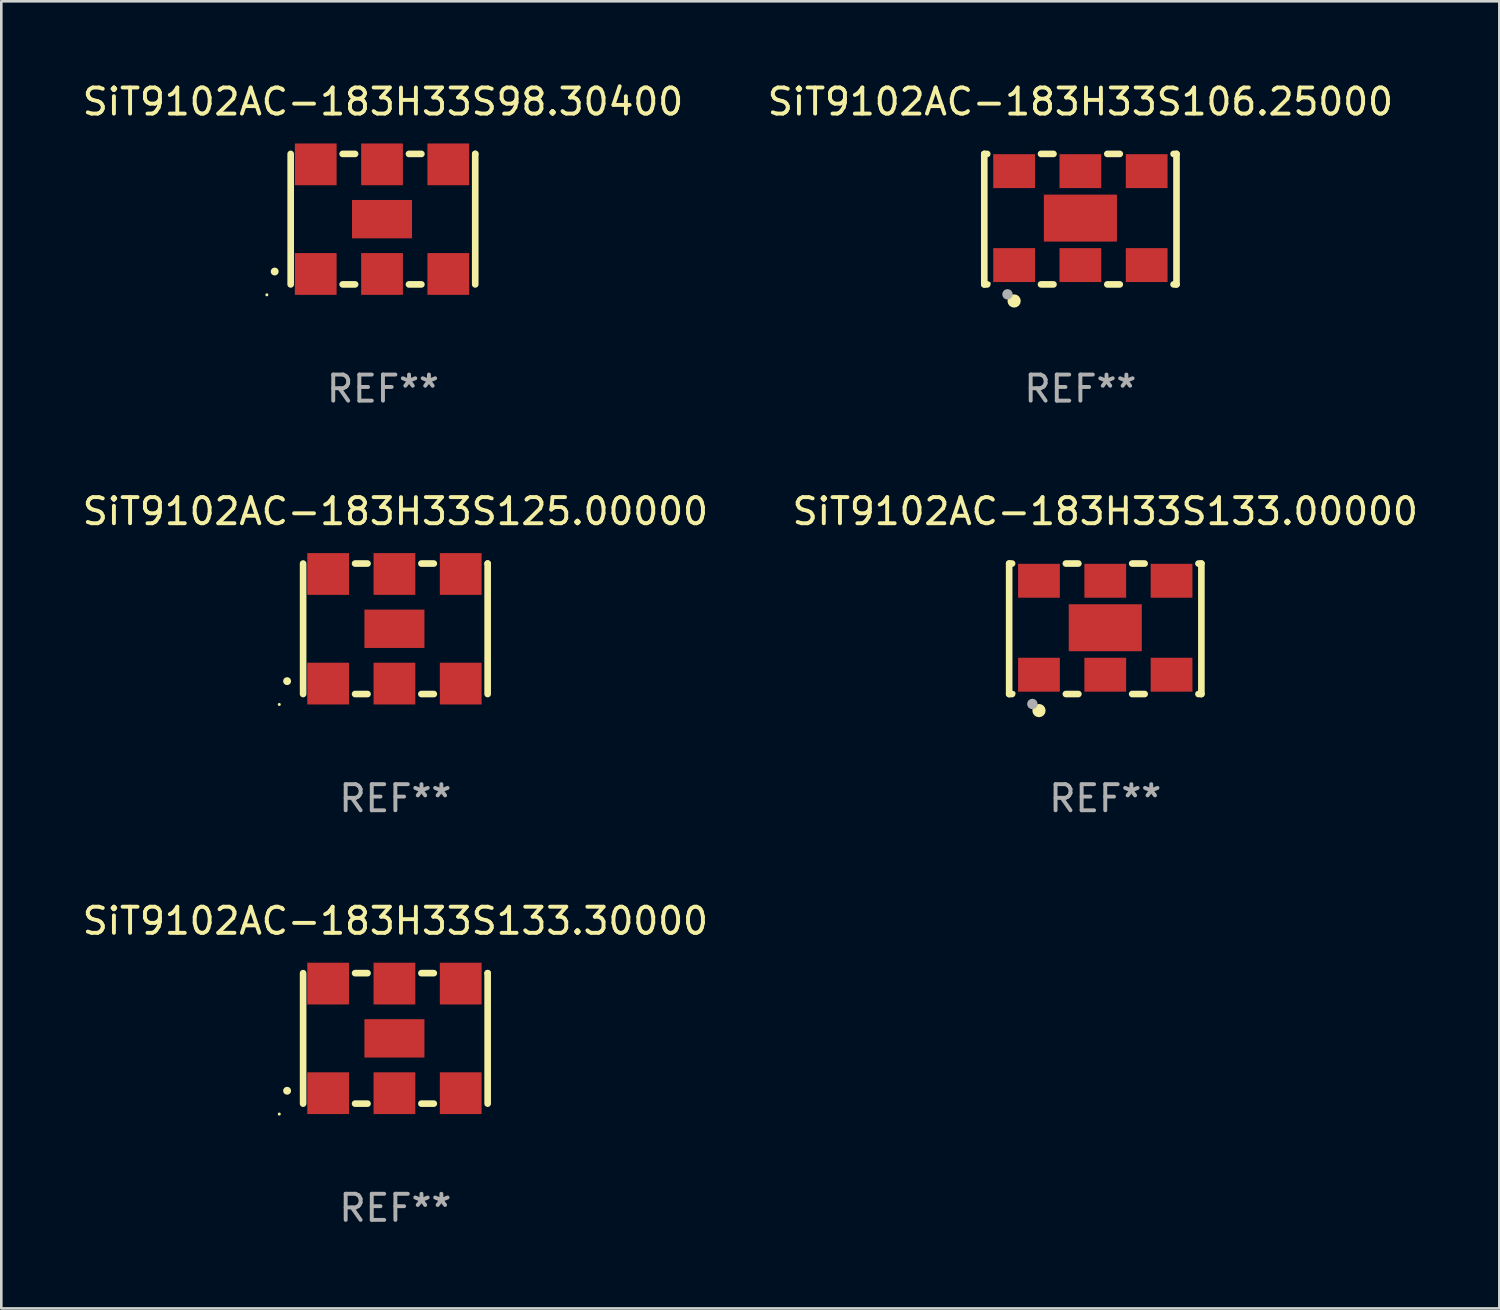
<source format=kicad_pcb>
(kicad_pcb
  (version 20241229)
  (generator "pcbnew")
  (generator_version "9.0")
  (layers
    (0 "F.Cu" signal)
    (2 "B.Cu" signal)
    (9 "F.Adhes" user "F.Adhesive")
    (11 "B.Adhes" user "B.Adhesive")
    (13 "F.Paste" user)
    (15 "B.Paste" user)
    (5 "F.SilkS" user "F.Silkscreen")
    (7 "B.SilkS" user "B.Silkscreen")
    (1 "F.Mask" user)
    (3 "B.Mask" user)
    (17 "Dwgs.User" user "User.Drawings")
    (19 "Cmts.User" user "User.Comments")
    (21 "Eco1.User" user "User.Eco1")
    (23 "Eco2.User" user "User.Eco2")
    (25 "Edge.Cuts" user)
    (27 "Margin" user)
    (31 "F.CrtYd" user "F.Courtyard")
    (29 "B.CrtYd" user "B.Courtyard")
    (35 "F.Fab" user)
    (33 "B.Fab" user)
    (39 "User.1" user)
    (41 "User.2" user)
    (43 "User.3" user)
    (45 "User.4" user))
  (footprint "SiT9102AC-183H33S133.00000"
    (layer "F.Cu")
    (at 39.304 21.045)
    (property "Reference" "SiT9102AC-183H33S133.00000" (at 0 -4.5 0) (layer "F.SilkS") (effects (font (size 1 1) (thickness 0.15))))
    (attr through_hole)
    (fp_line (start -3.683 -2.5) (end -3.571 -2.5) (stroke (width 0.254) (type solid)) (layer "F.SilkS"))
    (fp_line (start -3.683 2.5) (end -3.683 -2.5) (stroke (width 0.254) (type solid)) (layer "F.SilkS"))
    (fp_line (start -3.683 2.5) (end -3.571 2.5) (stroke (width 0.254) (type solid)) (layer "F.SilkS"))
    (fp_line (start -1.509 -2.5) (end -1.031 -2.5) (stroke (width 0.254) (type solid)) (layer "F.SilkS"))
    (fp_line (start -1.509 2.5) (end -1.031 2.5) (stroke (width 0.254) (type solid)) (layer "F.SilkS"))
    (fp_line (start 1.031 -2.5) (end 1.509 -2.5) (stroke (width 0.254) (type solid)) (layer "F.SilkS"))
    (fp_line (start 1.031 2.5) (end 1.509 2.5) (stroke (width 0.254) (type solid)) (layer "F.SilkS"))
    (fp_line (start 3.571 -2.5) (end 3.683 -2.5) (stroke (width 0.254) (type solid)) (layer "F.SilkS"))
    (fp_line (start 3.571 2.5) (end 3.683 2.5) (stroke (width 0.254) (type solid)) (layer "F.SilkS"))
    (fp_line (start 3.683 2.5) (end 3.683 -2.5) (stroke (width 0.254) (type solid)) (layer "F.SilkS"))
    (fp_circle (center -3.5 2.46) (end -3.47 2.46) (stroke (width 0.06) (type solid)) (fill no) (layer "F.SilkS"))
    (fp_circle (center -2.54 3.135) (end -2.413 3.135) (stroke (width 0.254) (type solid)) (fill no) (layer "F.SilkS"))
    (fp_circle (center -2.794 2.881) (end -2.694 2.881) (stroke (width 0.2) (type solid)) (fill no) (layer "F.Fab"))
    (fp_text user "REF**" (at 0 6.5 0) (layer "F.Fab") (effects (font (size 1 1) (thickness 0.15))))
    (pad "1" smd rect (at -2.54 1.76) (size 1.6 1.3) (layers "F.Cu" "F.Mask" "F.Paste"))
    (pad "2" smd rect (at 0 1.76) (size 1.6 1.3) (layers "F.Cu" "F.Mask" "F.Paste"))
    (pad "3" smd rect (at 2.54 1.76) (size 1.6 1.3) (layers "F.Cu" "F.Mask" "F.Paste"))
    (pad "4" smd rect (at 2.54 -1.84) (size 1.6 1.3) (layers "F.Cu" "F.Mask" "F.Paste"))
    (pad "5" smd rect (at 0 -1.84) (size 1.6 1.3) (layers "F.Cu" "F.Mask" "F.Paste"))
    (pad "6" smd rect (at -2.54 -1.84) (size 1.6 1.3) (layers "F.Cu" "F.Mask" "F.Paste"))
    (pad "7" smd rect (at 0 -0.04) (size 2.8 1.8) (layers "F.Cu" "F.Mask" "F.Paste")))
  (footprint "SiT9102AC-183H33S106.25000"
    (layer "F.Cu")
    (at 38.351 5.348)
    (property "Reference" "SiT9102AC-183H33S106.25000" (at 0 -4.5 0) (layer "F.SilkS") (effects (font (size 1 1) (thickness 0.15))))
    (attr through_hole)
    (fp_line (start -3.683 -2.5) (end -3.571 -2.5) (stroke (width 0.254) (type solid)) (layer "F.SilkS"))
    (fp_line (start -3.683 2.5) (end -3.683 -2.5) (stroke (width 0.254) (type solid)) (layer "F.SilkS"))
    (fp_line (start -3.683 2.5) (end -3.571 2.5) (stroke (width 0.254) (type solid)) (layer "F.SilkS"))
    (fp_line (start -1.509 -2.5) (end -1.031 -2.5) (stroke (width 0.254) (type solid)) (layer "F.SilkS"))
    (fp_line (start -1.509 2.5) (end -1.031 2.5) (stroke (width 0.254) (type solid)) (layer "F.SilkS"))
    (fp_line (start 1.031 -2.5) (end 1.509 -2.5) (stroke (width 0.254) (type solid)) (layer "F.SilkS"))
    (fp_line (start 1.031 2.5) (end 1.509 2.5) (stroke (width 0.254) (type solid)) (layer "F.SilkS"))
    (fp_line (start 3.571 -2.5) (end 3.683 -2.5) (stroke (width 0.254) (type solid)) (layer "F.SilkS"))
    (fp_line (start 3.571 2.5) (end 3.683 2.5) (stroke (width 0.254) (type solid)) (layer "F.SilkS"))
    (fp_line (start 3.683 2.5) (end 3.683 -2.5) (stroke (width 0.254) (type solid)) (layer "F.SilkS"))
    (fp_circle (center -3.5 2.46) (end -3.47 2.46) (stroke (width 0.06) (type solid)) (fill no) (layer "F.SilkS"))
    (fp_circle (center -2.54 3.135) (end -2.413 3.135) (stroke (width 0.254) (type solid)) (fill no) (layer "F.SilkS"))
    (fp_circle (center -2.794 2.881) (end -2.694 2.881) (stroke (width 0.2) (type solid)) (fill no) (layer "F.Fab"))
    (fp_text user "REF**" (at 0 6.5 0) (layer "F.Fab") (effects (font (size 1 1) (thickness 0.15))))
    (pad "1" smd rect (at -2.54 1.76) (size 1.6 1.3) (layers "F.Cu" "F.Mask" "F.Paste"))
    (pad "2" smd rect (at 0 1.76) (size 1.6 1.3) (layers "F.Cu" "F.Mask" "F.Paste"))
    (pad "3" smd rect (at 2.54 1.76) (size 1.6 1.3) (layers "F.Cu" "F.Mask" "F.Paste"))
    (pad "4" smd rect (at 2.54 -1.84) (size 1.6 1.3) (layers "F.Cu" "F.Mask" "F.Paste"))
    (pad "5" smd rect (at 0 -1.84) (size 1.6 1.3) (layers "F.Cu" "F.Mask" "F.Paste"))
    (pad "6" smd rect (at -2.54 -1.84) (size 1.6 1.3) (layers "F.Cu" "F.Mask" "F.Paste"))
    (pad "7" smd rect (at 0 -0.04) (size 2.8 1.8) (layers "F.Cu" "F.Mask" "F.Paste")))
  (footprint "SiT9102AC-183H33S125.00000"
    (layer "F.Cu")
    (at 12.101 21.045)
    (property "Reference" "SiT9102AC-183H33S125.00000" (at 0 -4.5 0) (layer "F.SilkS") (effects (font (size 1 1) (thickness 0.15))))
    (attr through_hole)
    (fp_line (start -3.536 -2.5) (end -3.536 2.5) (stroke (width 0.254) (type solid)) (layer "F.SilkS"))
    (fp_line (start -1.544 2.5) (end -1.067 2.5) (stroke (width 0.254) (type solid)) (layer "F.SilkS"))
    (fp_line (start -1.067 -2.5) (end -1.544 -2.5) (stroke (width 0.254) (type solid)) (layer "F.SilkS"))
    (fp_line (start 0.996 2.5) (end 1.473 2.5) (stroke (width 0.254) (type solid)) (layer "F.SilkS"))
    (fp_line (start 1.473 -2.5) (end 0.996 -2.5) (stroke (width 0.254) (type solid)) (layer "F.SilkS"))
    (fp_line (start 3.536 -2.5) (end 3.536 -2.5) (stroke (width 0.254) (type solid)) (layer "F.SilkS"))
    (fp_line (start 3.536 2.5) (end 3.536 -2.5) (stroke (width 0.254) (type solid)) (layer "F.SilkS"))
    (fp_arc (start -4.150432 2.006604) (mid -4.149162 2.006599) (end -4.147892 2.006604) (stroke (width 0.3) (type solid)) (layer "F.SilkS"))
    (fp_circle (center -4.449 2.9) (end -4.419 2.9) (stroke (width 0.06) (type solid)) (fill no) (layer "F.SilkS"))
    (fp_text user "REF**" (at 0 6.5 0) (layer "F.Fab") (effects (font (size 1 1) (thickness 0.15))))
    (pad "1" smd rect (at -2.576 2.1) (size 1.6 1.6) (layers "F.Cu" "F.Mask" "F.Paste"))
    (pad "2" smd rect (at -0.036 2.1) (size 1.6 1.6) (layers "F.Cu" "F.Mask" "F.Paste"))
    (pad "3" smd rect (at 2.504 2.1) (size 1.6 1.6) (layers "F.Cu" "F.Mask" "F.Paste"))
    (pad "4" smd rect (at 2.504 -2.1) (size 1.6 1.6) (layers "F.Cu" "F.Mask" "F.Paste"))
    (pad "5" smd rect (at -0.036 -2.1) (size 1.6 1.6) (layers "F.Cu" "F.Mask" "F.Paste"))
    (pad "6" smd rect (at -2.576 -2.1) (size 1.6 1.6) (layers "F.Cu" "F.Mask" "F.Paste"))
    (pad "7" smd rect (at -0.036 0) (size 2.3 1.47) (layers "F.Cu" "F.Mask" "F.Paste")))
  (footprint "SiT9102AC-183H33S98.30400"
    (layer "F.Cu")
    (at 11.625 5.348)
    (property "Reference" "SiT9102AC-183H33S98.30400" (at 0 -4.5 0) (layer "F.SilkS") (effects (font (size 1 1) (thickness 0.15))))
    (attr through_hole)
    (fp_line (start -3.536 -2.5) (end -3.536 2.5) (stroke (width 0.254) (type solid)) (layer "F.SilkS"))
    (fp_line (start -1.544 2.5) (end -1.067 2.5) (stroke (width 0.254) (type solid)) (layer "F.SilkS"))
    (fp_line (start -1.067 -2.5) (end -1.544 -2.5) (stroke (width 0.254) (type solid)) (layer "F.SilkS"))
    (fp_line (start 0.996 2.5) (end 1.473 2.5) (stroke (width 0.254) (type solid)) (layer "F.SilkS"))
    (fp_line (start 1.473 -2.5) (end 0.996 -2.5) (stroke (width 0.254) (type solid)) (layer "F.SilkS"))
    (fp_line (start 3.536 -2.5) (end 3.536 -2.5) (stroke (width 0.254) (type solid)) (layer "F.SilkS"))
    (fp_line (start 3.536 2.5) (end 3.536 -2.5) (stroke (width 0.254) (type solid)) (layer "F.SilkS"))
    (fp_arc (start -4.150432 2.006604) (mid -4.149162 2.006599) (end -4.147892 2.006604) (stroke (width 0.3) (type solid)) (layer "F.SilkS"))
    (fp_circle (center -4.449 2.9) (end -4.419 2.9) (stroke (width 0.06) (type solid)) (fill no) (layer "F.SilkS"))
    (fp_text user "REF**" (at 0 6.5 0) (layer "F.Fab") (effects (font (size 1 1) (thickness 0.15))))
    (pad "1" smd rect (at -2.576 2.1) (size 1.6 1.6) (layers "F.Cu" "F.Mask" "F.Paste"))
    (pad "2" smd rect (at -0.036 2.1) (size 1.6 1.6) (layers "F.Cu" "F.Mask" "F.Paste"))
    (pad "3" smd rect (at 2.504 2.1) (size 1.6 1.6) (layers "F.Cu" "F.Mask" "F.Paste"))
    (pad "4" smd rect (at 2.504 -2.1) (size 1.6 1.6) (layers "F.Cu" "F.Mask" "F.Paste"))
    (pad "5" smd rect (at -0.036 -2.1) (size 1.6 1.6) (layers "F.Cu" "F.Mask" "F.Paste"))
    (pad "6" smd rect (at -2.576 -2.1) (size 1.6 1.6) (layers "F.Cu" "F.Mask" "F.Paste"))
    (pad "7" smd rect (at -0.036 0) (size 2.3 1.47) (layers "F.Cu" "F.Mask" "F.Paste")))
  (footprint "SiT9102AC-183H33S133.30000"
    (layer "F.Cu")
    (at 12.101 36.741)
    (property "Reference" "SiT9102AC-183H33S133.30000" (at 0 -4.5 0) (layer "F.SilkS") (effects (font (size 1 1) (thickness 0.15))))
    (attr through_hole)
    (fp_line (start -3.536 -2.5) (end -3.536 2.5) (stroke (width 0.254) (type solid)) (layer "F.SilkS"))
    (fp_line (start -1.544 2.5) (end -1.067 2.5) (stroke (width 0.254) (type solid)) (layer "F.SilkS"))
    (fp_line (start -1.067 -2.5) (end -1.544 -2.5) (stroke (width 0.254) (type solid)) (layer "F.SilkS"))
    (fp_line (start 0.996 2.5) (end 1.473 2.5) (stroke (width 0.254) (type solid)) (layer "F.SilkS"))
    (fp_line (start 1.473 -2.5) (end 0.996 -2.5) (stroke (width 0.254) (type solid)) (layer "F.SilkS"))
    (fp_line (start 3.536 -2.5) (end 3.536 -2.5) (stroke (width 0.254) (type solid)) (layer "F.SilkS"))
    (fp_line (start 3.536 2.5) (end 3.536 -2.5) (stroke (width 0.254) (type solid)) (layer "F.SilkS"))
    (fp_arc (start -4.150432 2.006604) (mid -4.149162 2.006599) (end -4.147892 2.006604) (stroke (width 0.3) (type solid)) (layer "F.SilkS"))
    (fp_circle (center -4.449 2.9) (end -4.419 2.9) (stroke (width 0.06) (type solid)) (fill no) (layer "F.SilkS"))
    (fp_text user "REF**" (at 0 6.5 0) (layer "F.Fab") (effects (font (size 1 1) (thickness 0.15))))
    (pad "1" smd rect (at -2.576 2.1) (size 1.6 1.6) (layers "F.Cu" "F.Mask" "F.Paste"))
    (pad "2" smd rect (at -0.036 2.1) (size 1.6 1.6) (layers "F.Cu" "F.Mask" "F.Paste"))
    (pad "3" smd rect (at 2.504 2.1) (size 1.6 1.6) (layers "F.Cu" "F.Mask" "F.Paste"))
    (pad "4" smd rect (at 2.504 -2.1) (size 1.6 1.6) (layers "F.Cu" "F.Mask" "F.Paste"))
    (pad "5" smd rect (at -0.036 -2.1) (size 1.6 1.6) (layers "F.Cu" "F.Mask" "F.Paste"))
    (pad "6" smd rect (at -2.576 -2.1) (size 1.6 1.6) (layers "F.Cu" "F.Mask" "F.Paste"))
    (pad "7" smd rect (at -0.036 0) (size 2.3 1.47) (layers "F.Cu" "F.Mask" "F.Paste")))
  (gr_rect
    (start -3 -3)
    (end 54.405 47.09)
    (stroke (width 0.1) (type default))
    (fill no)
    (layer "Edge.Cuts")))
</source>
